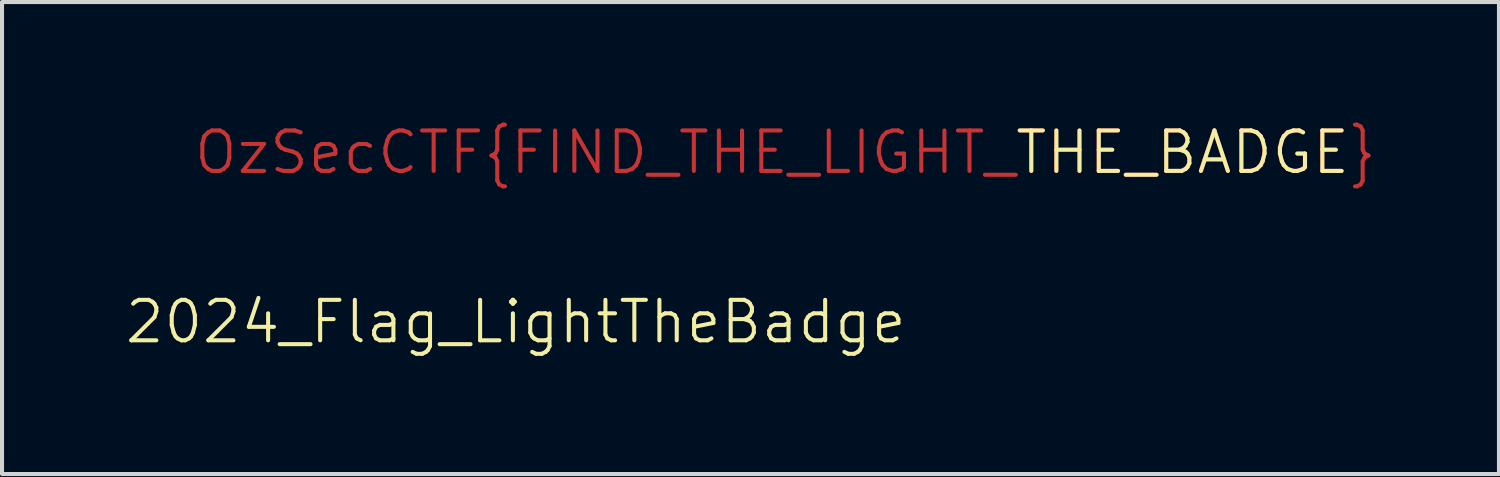
<source format=kicad_pcb>
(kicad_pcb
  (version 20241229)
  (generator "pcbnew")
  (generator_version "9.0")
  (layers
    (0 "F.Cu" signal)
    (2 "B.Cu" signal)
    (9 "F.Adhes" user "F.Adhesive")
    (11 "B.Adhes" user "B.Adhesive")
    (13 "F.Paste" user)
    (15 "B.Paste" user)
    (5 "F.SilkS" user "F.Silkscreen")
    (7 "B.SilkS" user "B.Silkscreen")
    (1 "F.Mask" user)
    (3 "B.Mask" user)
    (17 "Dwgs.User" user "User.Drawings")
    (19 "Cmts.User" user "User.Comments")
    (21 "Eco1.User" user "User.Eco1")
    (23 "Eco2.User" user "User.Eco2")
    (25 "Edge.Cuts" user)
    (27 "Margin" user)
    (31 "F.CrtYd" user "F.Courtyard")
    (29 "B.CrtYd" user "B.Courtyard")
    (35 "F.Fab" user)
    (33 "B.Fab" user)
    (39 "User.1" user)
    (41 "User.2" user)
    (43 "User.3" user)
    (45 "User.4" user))
  (footprint "2024_Flag_LightTheBadge"
    (layer "F.Cu")
    (at 16.343 1.3)
    (property "Reference" "2024_Flag_LightTheBadge" (at -6.65 3.6 0) (unlocked yes) (layer "F.SilkS") (effects (font (size 1 1) (thickness 0.1))))
    (attr smd)
    (fp_text user "OzSecCTF{FIND_THE_LIGHT_THE_BADGE}" (at -14.65 0 0) (unlocked yes) (layer "F.Cu") (effects (font (size 1 1) (thickness 0.1)) (justify left bottom)))
    (fp_text user "LIGHT_" (at 0.77 0 0) (unlocked yes) (layer "F.Mask") (effects (font (size 1 1) (thickness 0.1)) (justify left bottom)))
    (fp_text user "THE_BADGE" (at 5.64 0 0) (unlocked yes) (layer "F.SilkS") (effects (font (size 1 1) (thickness 0.1)) (justify left bottom))))
  (gr_rect
    (start -3 -3)
    (end 33.983 8.661)
    (stroke (width 0.1) (type default))
    (fill no)
    (layer "Edge.Cuts")))
</source>
